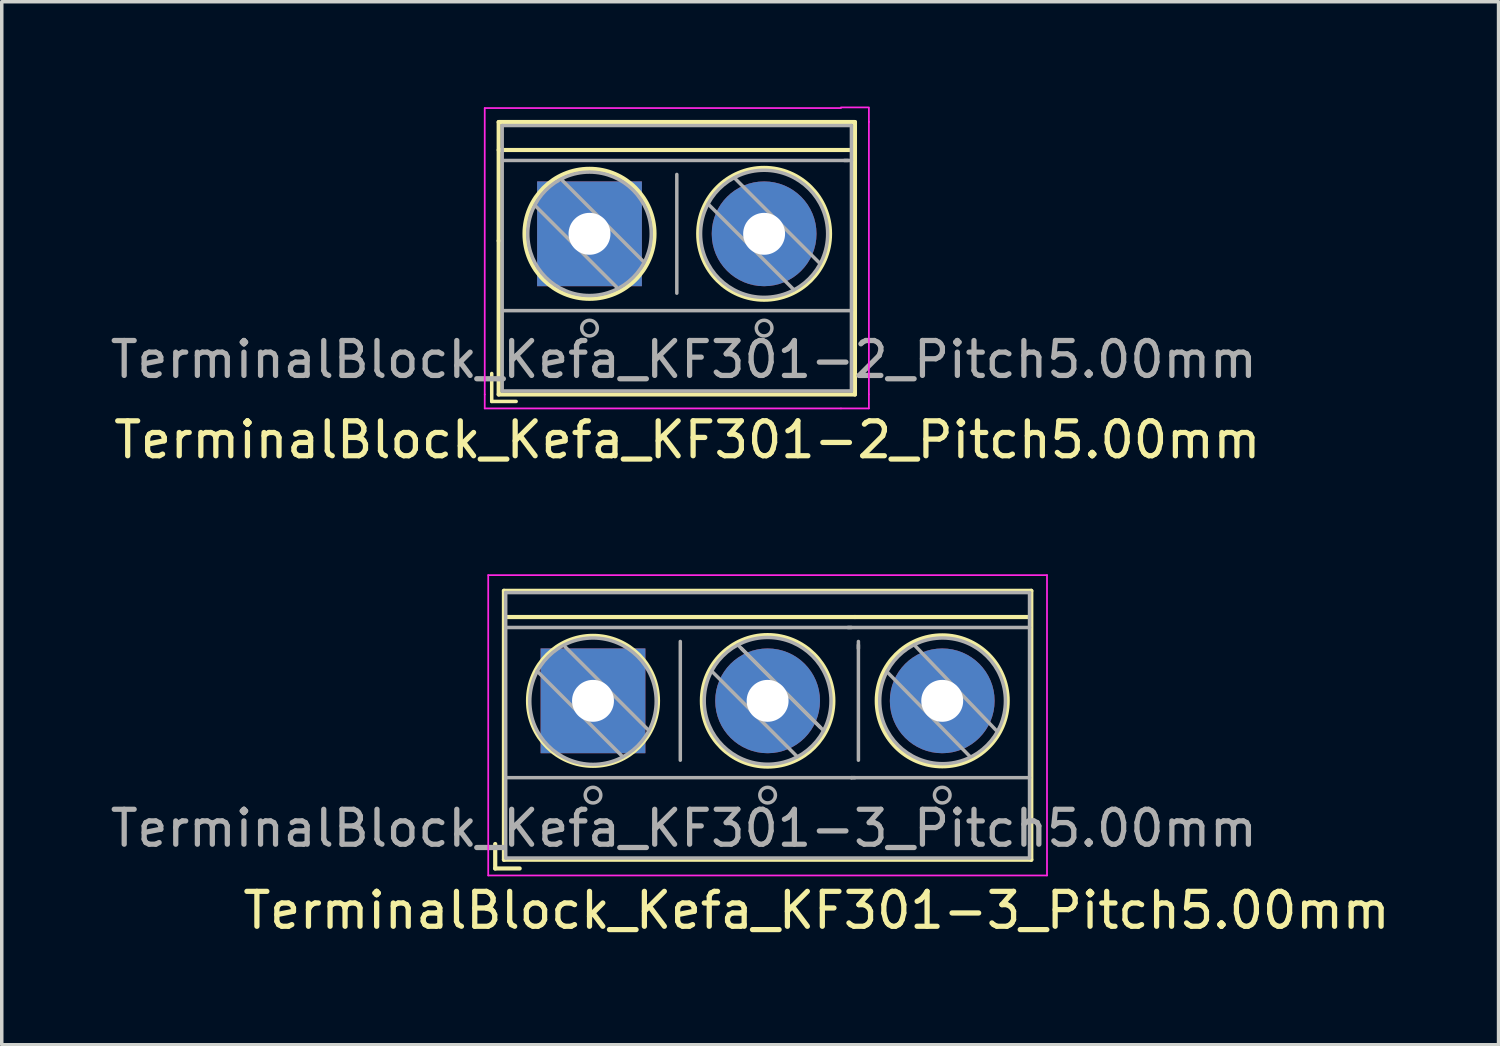
<source format=kicad_pcb>
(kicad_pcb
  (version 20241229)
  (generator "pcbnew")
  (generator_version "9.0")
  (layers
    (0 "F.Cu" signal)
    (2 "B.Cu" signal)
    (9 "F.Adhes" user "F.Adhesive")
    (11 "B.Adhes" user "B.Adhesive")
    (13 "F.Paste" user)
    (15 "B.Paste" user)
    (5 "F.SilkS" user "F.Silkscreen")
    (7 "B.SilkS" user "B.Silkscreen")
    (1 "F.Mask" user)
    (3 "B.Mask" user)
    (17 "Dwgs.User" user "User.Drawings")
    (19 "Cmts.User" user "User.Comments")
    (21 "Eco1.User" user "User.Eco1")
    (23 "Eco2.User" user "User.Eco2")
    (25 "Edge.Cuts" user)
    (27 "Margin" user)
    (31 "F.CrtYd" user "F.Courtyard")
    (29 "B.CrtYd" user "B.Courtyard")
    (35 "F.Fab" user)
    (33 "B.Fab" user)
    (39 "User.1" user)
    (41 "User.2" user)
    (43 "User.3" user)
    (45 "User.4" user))
  (footprint "TerminalBlock_Kefa_KF301-3_Pitch5.00mm"
    (layer "F.Cu")
    (at 13.93 17.018)
    (property "Reference" "TerminalBlock_Kefa_KF301-3_Pitch5.00mm" (at 6.4 6 0) (layer "F.SilkS") (effects (font (size 1 1) (thickness 0.15))))
    (attr through_hole)
    (fp_line (start -2.8 4.1) (end -2.8 4.8) (stroke (width 0.12) (type solid)) (layer "F.SilkS"))
    (fp_line (start -2.8 4.8) (end -2.1 4.8) (stroke (width 0.12) (type solid)) (layer "F.SilkS"))
    (fp_line (start -2.55 4.55) (end -2.55 -3.15) (stroke (width 0.12) (type solid)) (layer "F.SilkS"))
    (fp_line (start -2.55 4.55) (end 12.55 4.55) (stroke (width 0.12) (type solid)) (layer "F.SilkS"))
    (fp_line (start -2.5 -2.4) (end 7.5 -2.4) (stroke (width 0.12) (type solid)) (layer "F.SilkS"))
    (fp_line (start 7.5 -2.4) (end 12.5 -2.4) (stroke (width 0.12) (type solid)) (layer "F.SilkS"))
    (fp_line (start 12.55 -3.15) (end -2.55 -3.15) (stroke (width 0.12) (type solid)) (layer "F.SilkS"))
    (fp_line (start 12.55 4.55) (end 12.55 -3.15) (stroke (width 0.12) (type solid)) (layer "F.SilkS"))
    (fp_circle (center 0 0) (end 1.86 0.05) (stroke (width 0.12) (type solid)) (fill no) (layer "F.SilkS"))
    (fp_circle (center 5 0) (end 6.8 0.55) (stroke (width 0.12) (type solid)) (fill no) (layer "F.SilkS"))
    (fp_circle (center 10 0) (end 8.15 0.3) (stroke (width 0.12) (type solid)) (fill no) (layer "F.SilkS"))
    (fp_line (start -3 -3.6) (end 13 -3.6) (stroke (width 0.05) (type solid)) (layer "F.CrtYd"))
    (fp_line (start -3 5) (end -3 -3.6) (stroke (width 0.05) (type solid)) (layer "F.CrtYd"))
    (fp_line (start 13 -3.6) (end 13 5) (stroke (width 0.05) (type solid)) (layer "F.CrtYd"))
    (fp_line (start 13 5) (end -3 5) (stroke (width 0.05) (type solid)) (layer "F.CrtYd"))
    (fp_line (start -2.5 -3.1) (end 12.5 -3.1) (stroke (width 0.1) (type solid)) (layer "F.Fab"))
    (fp_line (start -2.5 -2.1) (end 12.5 -2.1) (stroke (width 0.1) (type solid)) (layer "F.Fab"))
    (fp_line (start -2.5 2.2) (end 7.4 2.2) (stroke (width 0.1) (type solid)) (layer "F.Fab"))
    (fp_line (start -2.5 4.5) (end -2.5 -3.1) (stroke (width 0.1) (type solid)) (layer "F.Fab"))
    (fp_line (start -1.6 -0.85) (end 0.85 1.6) (stroke (width 0.1) (type solid)) (layer "F.Fab"))
    (fp_line (start -0.8 -1.55) (end 1.6 0.85) (stroke (width 0.1) (type solid)) (layer "F.Fab"))
    (fp_line (start 2.5 -1.7) (end 2.5 1.7) (stroke (width 0.1) (type solid)) (layer "F.Fab"))
    (fp_line (start 3.4 -0.85) (end 5.85 1.6) (stroke (width 0.1) (type solid)) (layer "F.Fab"))
    (fp_line (start 4.15 -1.6) (end 6.6 0.85) (stroke (width 0.1) (type solid)) (layer "F.Fab"))
    (fp_line (start 4.25 -1.5) (end 6.5 0.75) (stroke (width 0.1) (type solid)) (layer "F.Fab"))
    (fp_line (start 7.4 -2.1) (end 7.3 -2.1) (stroke (width 0.1) (type solid)) (layer "F.Fab"))
    (fp_line (start 7.4 2.2) (end 7.5 2.2) (stroke (width 0.1) (type solid)) (layer "F.Fab"))
    (fp_line (start 7.4 2.2) (end 12.5 2.2) (stroke (width 0.1) (type solid)) (layer "F.Fab"))
    (fp_line (start 7.6 -1.6) (end 7.6 -1.5) (stroke (width 0.1) (type solid)) (layer "F.Fab"))
    (fp_line (start 7.6 1.7) (end 7.6 -1.7) (stroke (width 0.1) (type solid)) (layer "F.Fab"))
    (fp_line (start 8.42 -0.83) (end 10.8 1.6) (stroke (width 0.1) (type solid)) (layer "F.Fab"))
    (fp_line (start 9.2 -1.6) (end 11.55 0.85) (stroke (width 0.1) (type solid)) (layer "F.Fab"))
    (fp_line (start 12.5 -3.1) (end 12.5 4.5) (stroke (width 0.1) (type solid)) (layer "F.Fab"))
    (fp_line (start 12.5 4.5) (end -2.5 4.5) (stroke (width 0.1) (type solid)) (layer "F.Fab"))
    (fp_circle (center 0 0.01) (end 1.81 -0.01) (stroke (width 0.1) (type solid)) (fill no) (layer "F.Fab"))
    (fp_circle (center 0 2.7) (end 0.2 2.8) (stroke (width 0.1) (type solid)) (fill no) (layer "F.Fab"))
    (fp_circle (center 5 0) (end 6.81 -0.14) (stroke (width 0.1) (type solid)) (fill no) (layer "F.Fab"))
    (fp_circle (center 5 2.7) (end 5.2 2.8) (stroke (width 0.1) (type solid)) (fill no) (layer "F.Fab"))
    (fp_circle (center 10 2.7) (end 10.2 2.8) (stroke (width 0.1) (type solid)) (fill no) (layer "F.Fab"))
    (fp_circle (center 10.01 0) (end 11.81 -0.01) (stroke (width 0.1) (type solid)) (fill no) (layer "F.Fab"))
    (fp_text user "${REFERENCE}" (at 2.6 3.65 0) (layer "F.Fab") (effects (font (size 1 1) (thickness 0.15))))
    (pad "1" thru_hole rect (at 0 0) (size 3 3) (drill 1.2) (layers "*.Cu" "*.Mask"))
    (pad "2" thru_hole circle (at 5 0) (size 3 3) (drill 1.2) (layers "*.Cu" "*.Mask"))
    (pad "3" thru_hole circle (at 10 0) (size 3 3) (drill 1.2) (layers "*.Cu" "*.Mask")))
  (footprint "TerminalBlock_Kefa_KF301-2_Pitch5.00mm"
    (layer "F.Cu")
    (at 13.83 3.645)
    (property "Reference" "TerminalBlock_Kefa_KF301-2_Pitch5.00mm" (at 2.8 5.9 0) (layer "F.SilkS") (effects (font (size 1 1) (thickness 0.15))))
    (attr through_hole)
    (fp_line (start -2.8 4) (end -2.8 4.8) (stroke (width 0.1) (type solid)) (layer "F.SilkS"))
    (fp_line (start -2.8 4.8) (end -2.1 4.8) (stroke (width 0.1) (type solid)) (layer "F.SilkS"))
    (fp_line (start -2.6 -3.2) (end 7.6 -3.2) (stroke (width 0.12) (type solid)) (layer "F.SilkS"))
    (fp_line (start -2.6 -2.4) (end 7.6 -2.4) (stroke (width 0.12) (type solid)) (layer "F.SilkS"))
    (fp_line (start -2.6 0.2) (end -2.6 -3.2) (stroke (width 0.12) (type solid)) (layer "F.SilkS"))
    (fp_line (start -2.6 4.6) (end -2.6 0.2) (stroke (width 0.12) (type solid)) (layer "F.SilkS"))
    (fp_line (start 7.6 -3.2) (end 7.6 4.6) (stroke (width 0.12) (type solid)) (layer "F.SilkS"))
    (fp_line (start 7.6 4.6) (end -2.6 4.6) (stroke (width 0.12) (type solid)) (layer "F.SilkS"))
    (fp_circle (center 0 0) (end 1.5 1.1) (stroke (width 0.12) (type solid)) (fill no) (layer "F.SilkS"))
    (fp_circle (center 5 0) (end 6 1.6) (stroke (width 0.12) (type solid)) (fill no) (layer "F.SilkS"))
    (fp_line (start -3 -3.6) (end 7.2 -3.6) (stroke (width 0.05) (type solid)) (layer "F.CrtYd"))
    (fp_line (start -3 4.2) (end -3 -3.6) (stroke (width 0.05) (type solid)) (layer "F.CrtYd"))
    (fp_line (start -3 4.6) (end -3 4.2) (stroke (width 0.05) (type solid)) (layer "F.CrtYd"))
    (fp_line (start -3 5) (end -3 4.6) (stroke (width 0.05) (type solid)) (layer "F.CrtYd"))
    (fp_line (start 7.2 -3.62) (end 8 -3.62) (stroke (width 0.05) (type solid)) (layer "F.CrtYd"))
    (fp_line (start 7.2 5) (end -3 5) (stroke (width 0.05) (type solid)) (layer "F.CrtYd"))
    (fp_line (start 7.2 5) (end 8 5) (stroke (width 0.05) (type solid)) (layer "F.CrtYd"))
    (fp_line (start 8 -3.6) (end 8 -3.2) (stroke (width 0.05) (type solid)) (layer "F.CrtYd"))
    (fp_line (start 8 -3.21) (end 8 4.59) (stroke (width 0.05) (type solid)) (layer "F.CrtYd"))
    (fp_line (start 8 5) (end 8 4.6) (stroke (width 0.05) (type solid)) (layer "F.CrtYd"))
    (fp_line (start -2.5 -3.1) (end 7.5 -3.1) (stroke (width 0.1) (type solid)) (layer "F.Fab"))
    (fp_line (start -2.5 -2.1) (end 7.5 -2.1) (stroke (width 0.1) (type solid)) (layer "F.Fab"))
    (fp_line (start -2.5 2.2) (end 7.5 2.2) (stroke (width 0.1) (type solid)) (layer "F.Fab"))
    (fp_line (start -2.5 4.5) (end -2.5 -3.1) (stroke (width 0.1) (type solid)) (layer "F.Fab"))
    (fp_line (start -1.55 -0.8) (end 0.8 1.55) (stroke (width 0.1) (type solid)) (layer "F.Fab"))
    (fp_line (start -0.8 -1.55) (end 1.55 0.8) (stroke (width 0.1) (type solid)) (layer "F.Fab"))
    (fp_line (start 2.5 -1.7) (end 2.5 1.7) (stroke (width 0.1) (type solid)) (layer "F.Fab"))
    (fp_line (start 3.4 -0.85) (end 5.85 1.6) (stroke (width 0.1) (type solid)) (layer "F.Fab"))
    (fp_line (start 4.15 -1.6) (end 6.6 0.85) (stroke (width 0.1) (type solid)) (layer "F.Fab"))
    (fp_line (start 7.4 -2.1) (end 7.3 -2.1) (stroke (width 0.1) (type solid)) (layer "F.Fab"))
    (fp_line (start 7.5 -3.1) (end 7.5 4.5) (stroke (width 0.1) (type solid)) (layer "F.Fab"))
    (fp_line (start 7.5 4.5) (end -2.5 4.5) (stroke (width 0.1) (type solid)) (layer "F.Fab"))
    (fp_circle (center 0 0) (end 1.75 0.25) (stroke (width 0.1) (type solid)) (fill no) (layer "F.Fab"))
    (fp_circle (center 0 2.7) (end 0.2 2.8) (stroke (width 0.1) (type solid)) (fill no) (layer "F.Fab"))
    (fp_circle (center 5 0) (end 6.75 0.5) (stroke (width 0.1) (type solid)) (fill no) (layer "F.Fab"))
    (fp_circle (center 5 2.7) (end 5.2 2.8) (stroke (width 0.1) (type solid)) (fill no) (layer "F.Fab"))
    (fp_text user "${REFERENCE}" (at 2.7 3.6 0) (layer "F.Fab") (effects (font (size 1 1) (thickness 0.15))))
    (pad "1" thru_hole rect (at 0 0) (size 3 3) (drill 1.2) (layers "*.Cu" "*.Mask"))
    (pad "2" thru_hole circle (at 5 0) (size 3 3) (drill 1.2) (layers "*.Cu" "*.Mask")))
  (gr_rect
    (start -3 -3)
    (end 39.86 26.866)
    (stroke (width 0.1) (type default))
    (fill no)
    (layer "Edge.Cuts")))
</source>
